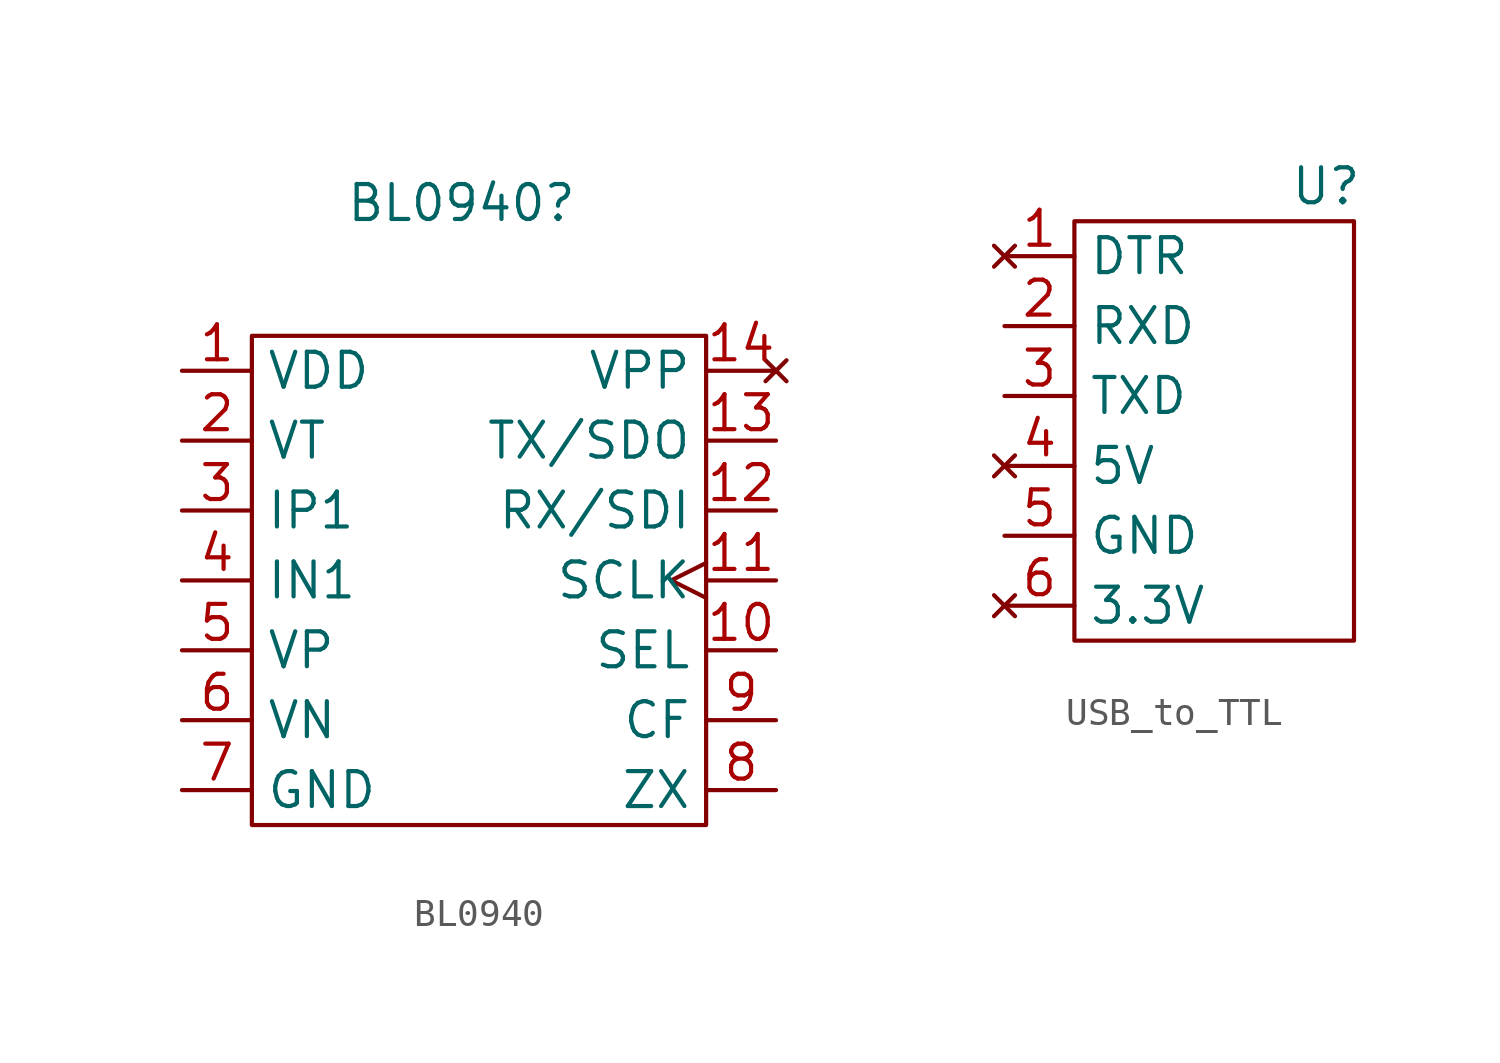
<source format=kicad_sym>
(kicad_symbol_lib
  (version 20231120)
  (generator "kicad_symbol_editor")
  (generator_version "8.0")
  (symbol "BL0940"
    (property "Reference" "BL0940"
      (at 0 13.716 0)
      (effects (font (size 1.27 1.27))))
    (property "Value" ""
      (at -1.27 2.54 0)
      (effects (font (size 1.27 1.27))))
    (symbol "BL0940_0_1"
      (rectangle (start -7.62 8.89) (end 8.89 -8.89) (stroke (width 0) (type default)) (fill (type none))))
    (symbol "BL0940_1_1"
      (pin power_in line (at -10.16 7.62 0) (length 2.54) (name "VDD" (effects (font (size 1.27 1.27)))) (number "1" (effects (font (size 1.27 1.27)))))
      (pin input line (at 11.43 -2.54 180) (length 2.54) (name "SEL" (effects (font (size 1.27 1.27)))) (number "10" (effects (font (size 1.27 1.27)))))
      (pin input clock (at 11.43 0 180) (length 2.54) (name "SCLK" (effects (font (size 1.27 1.27)))) (number "11" (effects (font (size 1.27 1.27)))))
      (pin input line (at 11.43 2.54 180) (length 2.54) (name "RX/SDI" (effects (font (size 1.27 1.27)))) (number "12" (effects (font (size 1.27 1.27)))))
      (pin output line (at 11.43 5.08 180) (length 2.54) (name "TX/SDO" (effects (font (size 1.27 1.27)))) (number "13" (effects (font (size 1.27 1.27)))))
      (pin no_connect line (at 11.43 7.62 180) (length 2.54) (name "VPP" (effects (font (size 1.27 1.27)))) (number "14" (effects (font (size 1.27 1.27)))))
      (pin input line (at -10.16 5.08 0) (length 2.54) (name "VT" (effects (font (size 1.27 1.27)))) (number "2" (effects (font (size 1.27 1.27)))))
      (pin input line (at -10.16 2.54 0) (length 2.54) (name "IP1" (effects (font (size 1.27 1.27)))) (number "3" (effects (font (size 1.27 1.27)))))
      (pin input line (at -10.16 0 0) (length 2.54) (name "IN1" (effects (font (size 1.27 1.27)))) (number "4" (effects (font (size 1.27 1.27)))))
      (pin input line (at -10.16 -2.54 0) (length 2.54) (name "VP" (effects (font (size 1.27 1.27)))) (number "5" (effects (font (size 1.27 1.27)))))
      (pin input line (at -10.16 -5.08 0) (length 2.54) (name "VN" (effects (font (size 1.27 1.27)))) (number "6" (effects (font (size 1.27 1.27)))))
      (pin power_in line (at -10.16 -7.62 0) (length 2.54) (name "GND" (effects (font (size 1.27 1.27)))) (number "7" (effects (font (size 1.27 1.27)))))
      (pin output line (at 11.43 -7.62 180) (length 2.54) (name "ZX" (effects (font (size 1.27 1.27)))) (number "8" (effects (font (size 1.27 1.27)))))
      (pin output line (at 11.43 -5.08 180) (length 2.54) (name "CF" (effects (font (size 1.27 1.27)))) (number "9" (effects (font (size 1.27 1.27)))))))
  (symbol "USB_to_TTL"
    (property "Reference" "U"
      (at 4.064 8.89 0)
      (effects (font (size 1.27 1.27))))
    (property "Value" ""
      (at 0 1.27 0)
      (effects (font (size 1.27 1.27))))
    (symbol "USB_to_TTL_0_1"
      (rectangle (start -5.08 7.62) (end 5.08 -7.62) (stroke (width 0) (type default)) (fill (type none))))
    (symbol "USB_to_TTL_1_1"
      (pin no_connect line (at -7.62 6.35 0) (length 2.54) (name "DTR" (effects (font (size 1.27 1.27)))) (number "1" (effects (font (size 1.27 1.27)))))
      (pin input line (at -7.62 3.81 0) (length 2.54) (name "RXD" (effects (font (size 1.27 1.27)))) (number "2" (effects (font (size 1.27 1.27)))))
      (pin output line (at -7.62 1.27 0) (length 2.54) (name "TXD" (effects (font (size 1.27 1.27)))) (number "3" (effects (font (size 1.27 1.27)))))
      (pin no_connect line (at -7.62 -1.27 0) (length 2.54) (name "5V" (effects (font (size 1.27 1.27)))) (number "4" (effects (font (size 1.27 1.27)))))
      (pin power_in line (at -7.62 -3.81 0) (length 2.54) (name "GND" (effects (font (size 1.27 1.27)))) (number "5" (effects (font (size 1.27 1.27)))))
      (pin no_connect line (at -7.62 -6.35 0) (length 2.54) (name "3.3V" (effects (font (size 1.27 1.27)))) (number "6" (effects (font (size 1.27 1.27))))))))
</source>
